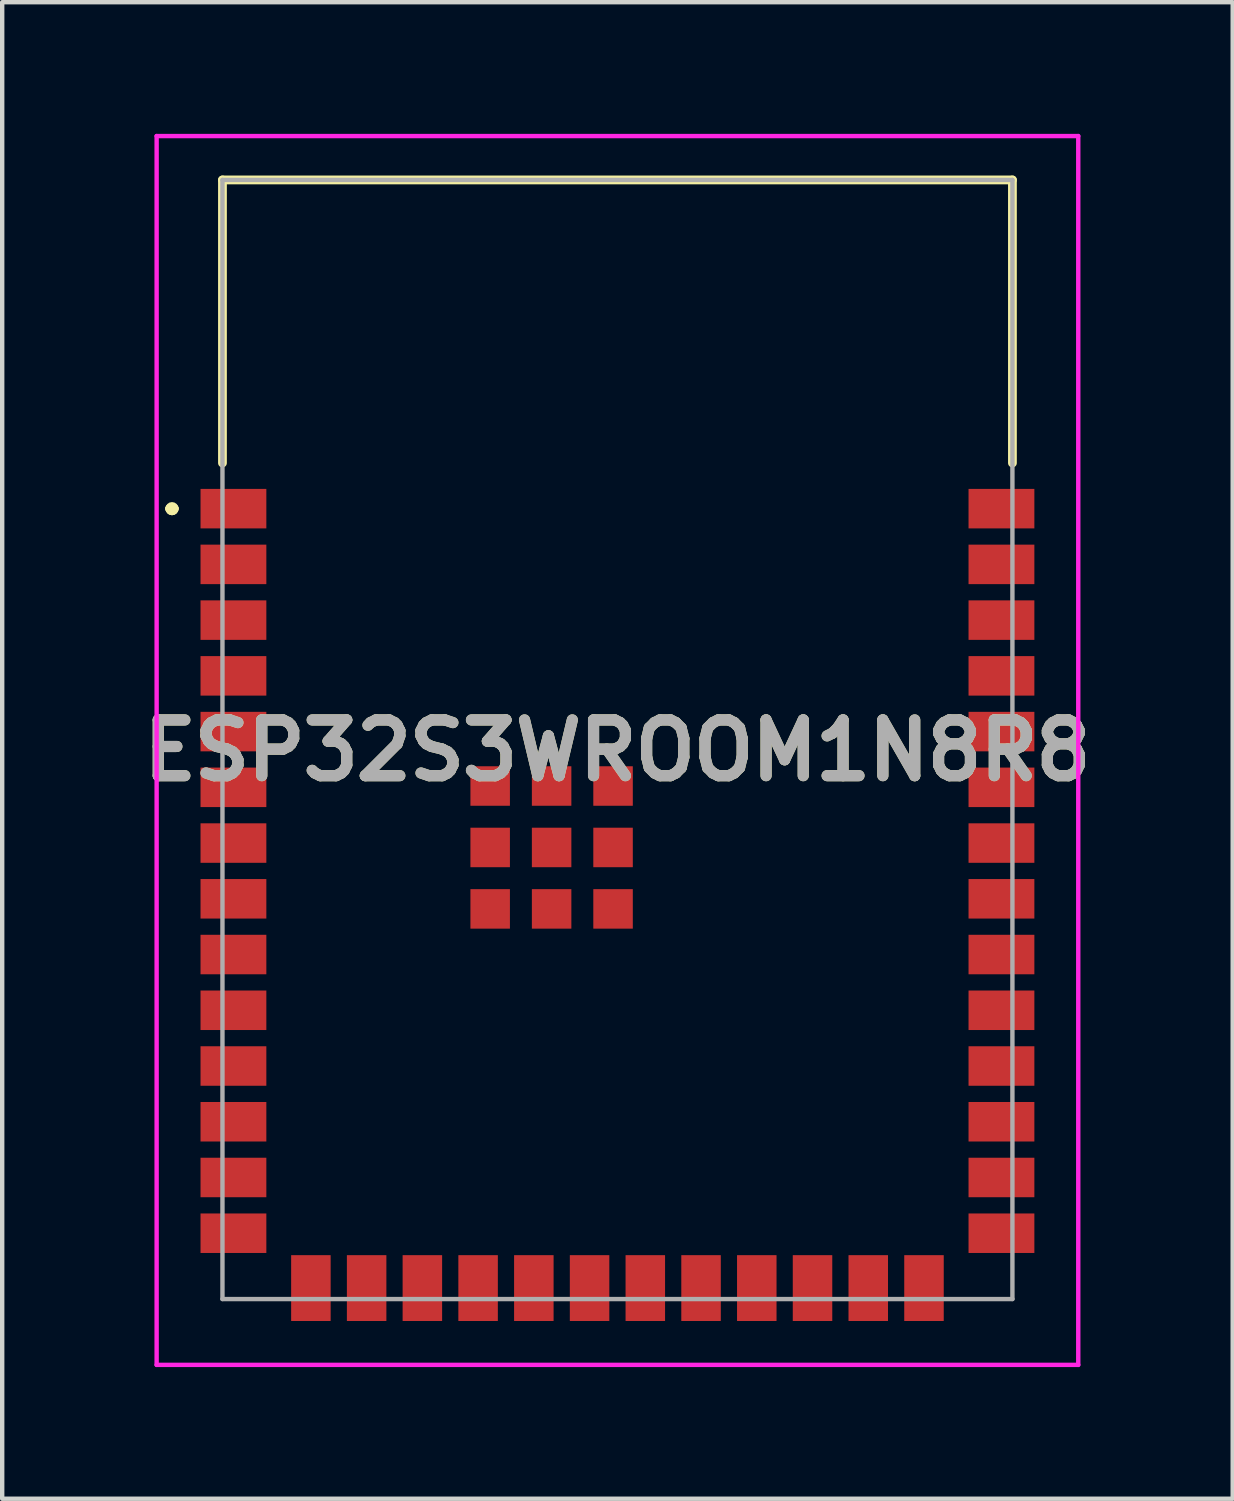
<source format=kicad_pcb>
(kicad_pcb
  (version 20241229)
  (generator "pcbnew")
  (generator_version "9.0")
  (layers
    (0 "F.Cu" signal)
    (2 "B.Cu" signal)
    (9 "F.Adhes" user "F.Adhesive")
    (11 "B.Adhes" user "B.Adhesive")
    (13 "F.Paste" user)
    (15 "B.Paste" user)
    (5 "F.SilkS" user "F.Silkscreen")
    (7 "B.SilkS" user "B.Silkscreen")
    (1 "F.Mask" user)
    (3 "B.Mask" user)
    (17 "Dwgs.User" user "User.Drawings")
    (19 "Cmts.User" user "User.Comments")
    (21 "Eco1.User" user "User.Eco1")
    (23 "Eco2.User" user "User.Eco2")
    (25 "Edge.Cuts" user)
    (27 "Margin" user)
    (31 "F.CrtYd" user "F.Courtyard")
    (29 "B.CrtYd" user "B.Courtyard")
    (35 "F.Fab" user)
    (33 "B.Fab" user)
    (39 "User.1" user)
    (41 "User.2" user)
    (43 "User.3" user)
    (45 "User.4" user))
  (footprint "ESP32S3WROOM1N8R8"
    (layer "F.Cu")
    (at 11.019 13.8)
    (property "Reference" "ESP32S3WROOM1N8R8" (at 0 0.25 0) (layer "F.SilkS") (effects (font (size 1.27 1.27) (thickness 0.254))))
    (attr smd)
    (fp_line (start -10.2 -5.26) (end -10.2 -5.26) (stroke (width 0.2) (type solid)) (layer "F.SilkS"))
    (fp_line (start -10.2 -5.26) (end -10.2 -5.26) (stroke (width 0.2) (type solid)) (layer "F.SilkS"))
    (fp_line (start -10.1 -5.26) (end -10.1 -5.26) (stroke (width 0.2) (type solid)) (layer "F.SilkS"))
    (fp_line (start -9 -12.75) (end 9 -12.75) (stroke (width 0.2) (type solid)) (layer "F.SilkS"))
    (fp_line (start -9 -6.3) (end -9 -12.75) (stroke (width 0.2) (type solid)) (layer "F.SilkS"))
    (fp_line (start 9 -12.75) (end 9 -6.3) (stroke (width 0.2) (type solid)) (layer "F.SilkS"))
    (fp_arc (start -10.2 -5.26) (mid -10.15 -5.31) (end -10.1 -5.26) (stroke (width 0.2) (type solid)) (layer "F.SilkS"))
    (fp_arc (start -10.1 -5.26) (mid -10.15 -5.21) (end -10.2 -5.26) (stroke (width 0.2) (type solid)) (layer "F.SilkS"))
    (fp_arc (start -10.1 -5.26) (mid -10.15 -5.21) (end -10.2 -5.26) (stroke (width 0.2) (type solid)) (layer "F.SilkS"))
    (fp_line (start -10.5 -13.75) (end 10.5 -13.75) (stroke (width 0.1) (type solid)) (layer "F.CrtYd"))
    (fp_line (start -10.5 14.25) (end -10.5 -13.75) (stroke (width 0.1) (type solid)) (layer "F.CrtYd"))
    (fp_line (start 10.5 -13.75) (end 10.5 14.25) (stroke (width 0.1) (type solid)) (layer "F.CrtYd"))
    (fp_line (start 10.5 14.25) (end -10.5 14.25) (stroke (width 0.1) (type solid)) (layer "F.CrtYd"))
    (fp_line (start -9 -12.75) (end 9 -12.75) (stroke (width 0.1) (type solid)) (layer "F.Fab"))
    (fp_line (start -9 12.75) (end -9 -12.75) (stroke (width 0.1) (type solid)) (layer "F.Fab"))
    (fp_line (start 9 -12.75) (end 9 12.75) (stroke (width 0.1) (type solid)) (layer "F.Fab"))
    (fp_line (start 9 12.75) (end -9 12.75) (stroke (width 0.1) (type solid)) (layer "F.Fab"))
    (fp_text user "${REFERENCE}" (at 0 0.25 0) (layer "F.Fab") (effects (font (size 1.27 1.27) (thickness 0.254))))
    (pad "1" smd rect (at -8.75 -5.26 90) (size 0.9 1.5) (layers "F.Cu" "F.Mask" "F.Paste"))
    (pad "2" smd rect (at -8.75 -3.99 90) (size 0.9 1.5) (layers "F.Cu" "F.Mask" "F.Paste"))
    (pad "3" smd rect (at -8.75 -2.72 90) (size 0.9 1.5) (layers "F.Cu" "F.Mask" "F.Paste"))
    (pad "4" smd rect (at -8.75 -1.45 90) (size 0.9 1.5) (layers "F.Cu" "F.Mask" "F.Paste"))
    (pad "5" smd rect (at -8.75 -0.18 90) (size 0.9 1.5) (layers "F.Cu" "F.Mask" "F.Paste"))
    (pad "6" smd rect (at -8.75 1.09 90) (size 0.9 1.5) (layers "F.Cu" "F.Mask" "F.Paste"))
    (pad "7" smd rect (at -8.75 2.36 90) (size 0.9 1.5) (layers "F.Cu" "F.Mask" "F.Paste"))
    (pad "8" smd rect (at -8.75 3.63 90) (size 0.9 1.5) (layers "F.Cu" "F.Mask" "F.Paste"))
    (pad "9" smd rect (at -8.75 4.9 90) (size 0.9 1.5) (layers "F.Cu" "F.Mask" "F.Paste"))
    (pad "10" smd rect (at -8.75 6.17 90) (size 0.9 1.5) (layers "F.Cu" "F.Mask" "F.Paste"))
    (pad "11" smd rect (at -8.75 7.44 90) (size 0.9 1.5) (layers "F.Cu" "F.Mask" "F.Paste"))
    (pad "12" smd rect (at -8.75 8.71 90) (size 0.9 1.5) (layers "F.Cu" "F.Mask" "F.Paste"))
    (pad "13" smd rect (at -8.75 9.98 90) (size 0.9 1.5) (layers "F.Cu" "F.Mask" "F.Paste"))
    (pad "14" smd rect (at -8.75 11.25 90) (size 0.9 1.5) (layers "F.Cu" "F.Mask" "F.Paste"))
    (pad "15" smd rect (at -6.985 12.5) (size 0.9 1.5) (layers "F.Cu" "F.Mask" "F.Paste"))
    (pad "16" smd rect (at -5.715 12.5) (size 0.9 1.5) (layers "F.Cu" "F.Mask" "F.Paste"))
    (pad "17" smd rect (at -4.445 12.5) (size 0.9 1.5) (layers "F.Cu" "F.Mask" "F.Paste"))
    (pad "18" smd rect (at -3.175 12.5) (size 0.9 1.5) (layers "F.Cu" "F.Mask" "F.Paste"))
    (pad "19" smd rect (at -1.905 12.5) (size 0.9 1.5) (layers "F.Cu" "F.Mask" "F.Paste"))
    (pad "20" smd rect (at -0.635 12.5) (size 0.9 1.5) (layers "F.Cu" "F.Mask" "F.Paste"))
    (pad "21" smd rect (at 0.635 12.5) (size 0.9 1.5) (layers "F.Cu" "F.Mask" "F.Paste"))
    (pad "22" smd rect (at 1.905 12.5) (size 0.9 1.5) (layers "F.Cu" "F.Mask" "F.Paste"))
    (pad "23" smd rect (at 3.175 12.5) (size 0.9 1.5) (layers "F.Cu" "F.Mask" "F.Paste"))
    (pad "24" smd rect (at 4.445 12.5) (size 0.9 1.5) (layers "F.Cu" "F.Mask" "F.Paste"))
    (pad "25" smd rect (at 5.715 12.5) (size 0.9 1.5) (layers "F.Cu" "F.Mask" "F.Paste"))
    (pad "26" smd rect (at 6.985 12.5) (size 0.9 1.5) (layers "F.Cu" "F.Mask" "F.Paste"))
    (pad "27" smd rect (at 8.75 11.25 90) (size 0.9 1.5) (layers "F.Cu" "F.Mask" "F.Paste"))
    (pad "28" smd rect (at 8.75 9.98 90) (size 0.9 1.5) (layers "F.Cu" "F.Mask" "F.Paste"))
    (pad "29" smd rect (at 8.75 8.71 90) (size 0.9 1.5) (layers "F.Cu" "F.Mask" "F.Paste"))
    (pad "30" smd rect (at 8.75 7.44 90) (size 0.9 1.5) (layers "F.Cu" "F.Mask" "F.Paste"))
    (pad "31" smd rect (at 8.75 6.17 90) (size 0.9 1.5) (layers "F.Cu" "F.Mask" "F.Paste"))
    (pad "32" smd rect (at 8.75 4.9 90) (size 0.9 1.5) (layers "F.Cu" "F.Mask" "F.Paste"))
    (pad "33" smd rect (at 8.75 3.63 90) (size 0.9 1.5) (layers "F.Cu" "F.Mask" "F.Paste"))
    (pad "34" smd rect (at 8.75 2.36 90) (size 0.9 1.5) (layers "F.Cu" "F.Mask" "F.Paste"))
    (pad "35" smd rect (at 8.75 1.09 90) (size 0.9 1.5) (layers "F.Cu" "F.Mask" "F.Paste"))
    (pad "36" smd rect (at 8.75 -0.18 90) (size 0.9 1.5) (layers "F.Cu" "F.Mask" "F.Paste"))
    (pad "37" smd rect (at 8.75 -1.45 90) (size 0.9 1.5) (layers "F.Cu" "F.Mask" "F.Paste"))
    (pad "38" smd rect (at 8.75 -2.72 90) (size 0.9 1.5) (layers "F.Cu" "F.Mask" "F.Paste"))
    (pad "39" smd rect (at 8.75 -3.99 90) (size 0.9 1.5) (layers "F.Cu" "F.Mask" "F.Paste"))
    (pad "40" smd rect (at 8.75 -5.26 90) (size 0.9 1.5) (layers "F.Cu" "F.Mask" "F.Paste"))
    (pad "41" smd rect (at -1.5 2.46) (size 0.9 0.9) (layers "F.Cu" "F.Mask" "F.Paste"))
    (pad "42" smd rect (at -1.5 1.06) (size 0.9 0.9) (layers "F.Cu" "F.Mask" "F.Paste"))
    (pad "43" smd rect (at -2.9 1.06) (size 0.9 0.9) (layers "F.Cu" "F.Mask" "F.Paste"))
    (pad "44" smd rect (at -2.9 2.46) (size 0.9 0.9) (layers "F.Cu" "F.Mask" "F.Paste"))
    (pad "45" smd rect (at -2.9 3.86) (size 0.9 0.9) (layers "F.Cu" "F.Mask" "F.Paste"))
    (pad "46" smd rect (at -1.5 3.86) (size 0.9 0.9) (layers "F.Cu" "F.Mask" "F.Paste"))
    (pad "47" smd rect (at -0.1 3.86) (size 0.9 0.9) (layers "F.Cu" "F.Mask" "F.Paste"))
    (pad "48" smd rect (at -0.1 2.46) (size 0.9 0.9) (layers "F.Cu" "F.Mask" "F.Paste"))
    (pad "49" smd rect (at -0.1 1.06) (size 0.9 0.9) (layers "F.Cu" "F.Mask" "F.Paste")))
  (gr_rect
    (start -3 -3)
    (end 25.038 31.1)
    (stroke (width 0.1) (type default))
    (fill no)
    (layer "Edge.Cuts")))
</source>
